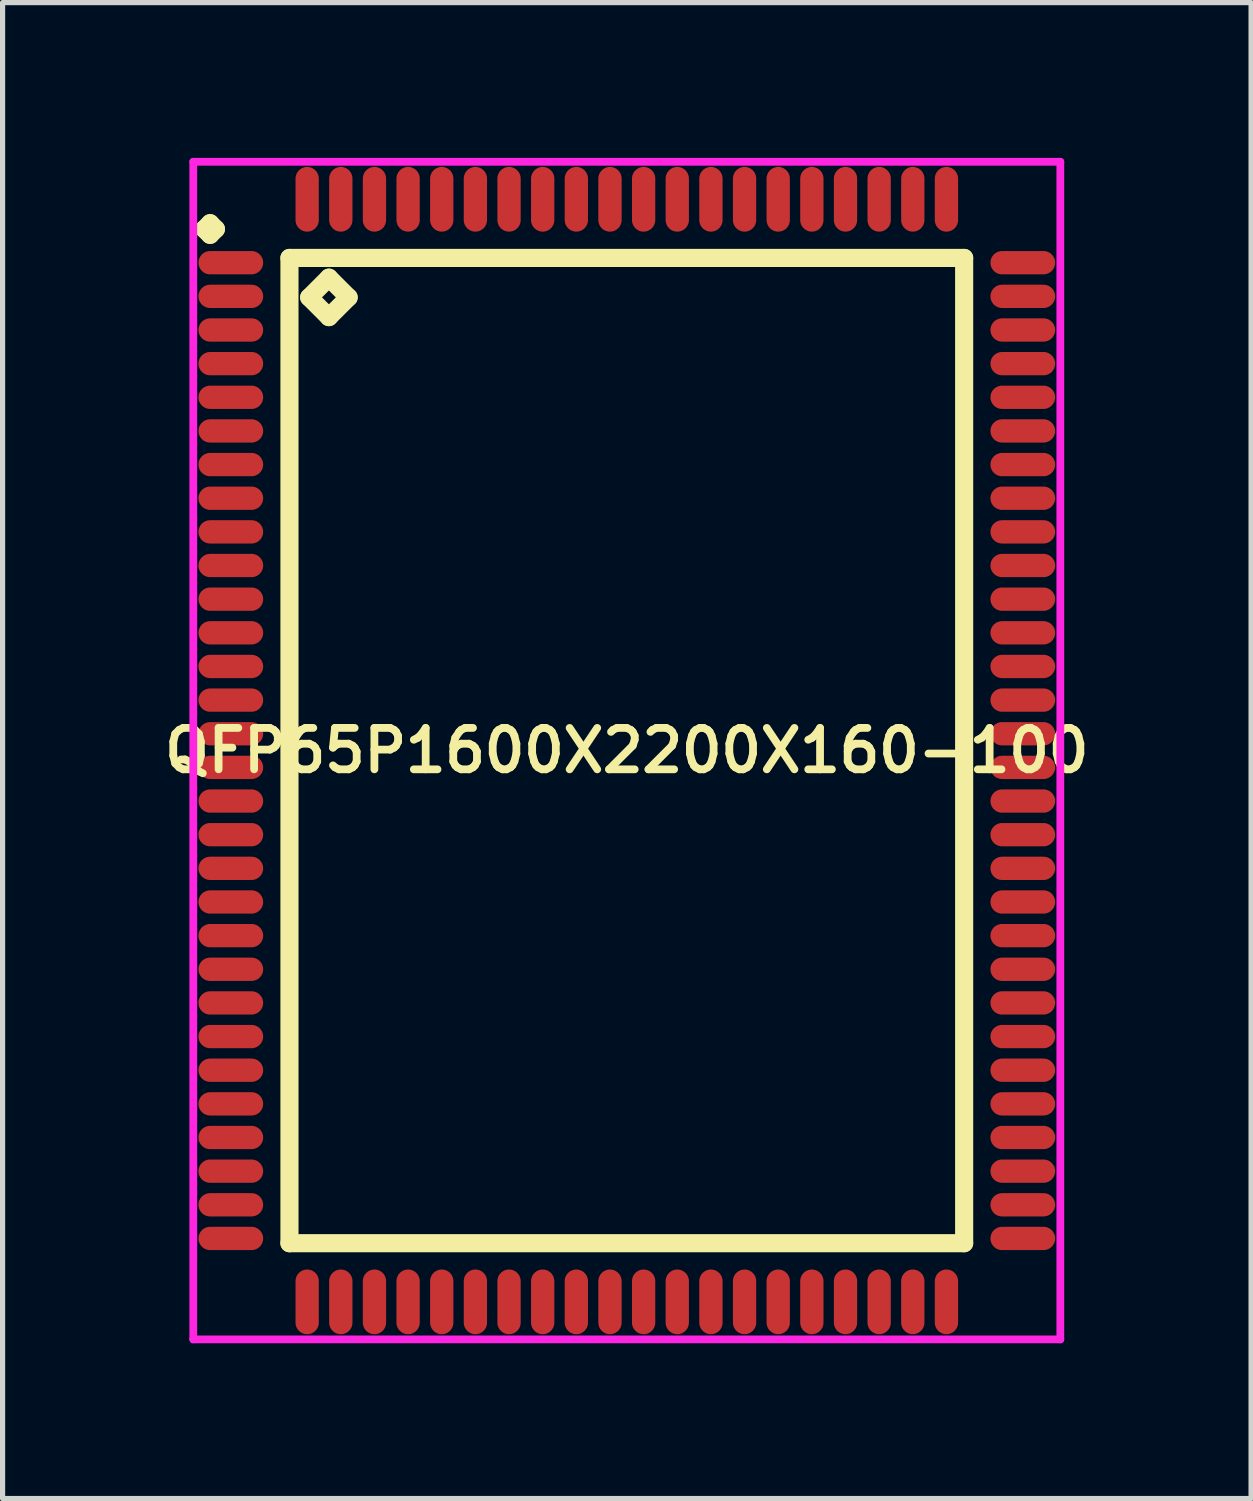
<source format=kicad_pcb>
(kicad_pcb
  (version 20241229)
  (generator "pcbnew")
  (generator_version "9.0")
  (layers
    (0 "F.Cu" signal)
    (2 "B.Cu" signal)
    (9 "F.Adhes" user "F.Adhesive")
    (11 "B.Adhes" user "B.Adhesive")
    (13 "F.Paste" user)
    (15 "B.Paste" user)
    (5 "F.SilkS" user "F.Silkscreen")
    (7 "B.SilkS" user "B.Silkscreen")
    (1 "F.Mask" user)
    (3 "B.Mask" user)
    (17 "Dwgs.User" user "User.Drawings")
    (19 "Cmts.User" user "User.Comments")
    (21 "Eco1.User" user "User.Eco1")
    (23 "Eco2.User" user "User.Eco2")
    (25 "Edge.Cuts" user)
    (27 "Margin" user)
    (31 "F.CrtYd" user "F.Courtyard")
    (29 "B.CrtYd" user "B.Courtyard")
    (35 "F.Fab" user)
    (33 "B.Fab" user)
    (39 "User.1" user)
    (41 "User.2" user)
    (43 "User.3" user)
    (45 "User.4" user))
  (footprint "QFP65P1600X2200X160-100"
    (layer "F.Cu")
    (at 9.059 11.45)
    (property "Reference" "QFP65P1600X2200X160-100" (at 0 0 0) (layer "F.SilkS") (effects (font (size 0.8 0.8) (thickness 0.15))))
    (attr smd)
    (fp_line (start -8.162 -10.075) (end -8.05 -10.188) (stroke (width 0.35) (type solid)) (layer "F.SilkS"))
    (fp_line (start -8.05 -10.188) (end -7.938 -10.075) (stroke (width 0.35) (type solid)) (layer "F.SilkS"))
    (fp_line (start -8.05 -9.963) (end -8.162 -10.075) (stroke (width 0.35) (type solid)) (layer "F.SilkS"))
    (fp_line (start -7.938 -10.075) (end -8.05 -9.963) (stroke (width 0.35) (type solid)) (layer "F.SilkS"))
    (fp_line (start -6.517 -9.517) (end -6.517 9.517) (stroke (width 0.35) (type solid)) (layer "F.SilkS"))
    (fp_line (start -6.517 9.517) (end 6.517 9.517) (stroke (width 0.35) (type solid)) (layer "F.SilkS"))
    (fp_line (start -6.136 -8.755) (end -5.755 -9.136) (stroke (width 0.35) (type solid)) (layer "F.SilkS"))
    (fp_line (start -5.755 -9.136) (end -5.374 -8.755) (stroke (width 0.35) (type solid)) (layer "F.SilkS"))
    (fp_line (start -5.755 -8.374) (end -6.136 -8.755) (stroke (width 0.35) (type solid)) (layer "F.SilkS"))
    (fp_line (start -5.374 -8.755) (end -5.755 -8.374) (stroke (width 0.35) (type solid)) (layer "F.SilkS"))
    (fp_line (start 6.517 -9.517) (end -6.517 -9.517) (stroke (width 0.35) (type solid)) (layer "F.SilkS"))
    (fp_line (start 6.517 9.517) (end 6.517 -9.517) (stroke (width 0.35) (type solid)) (layer "F.SilkS"))
    (fp_line (start -8.375 -11.375) (end 8.375 -11.375) (stroke (width 0.15) (type solid)) (layer "F.CrtYd"))
    (fp_line (start -8.375 11.375) (end -8.375 -11.375) (stroke (width 0.15) (type solid)) (layer "F.CrtYd"))
    (fp_line (start 8.375 -11.375) (end 8.375 11.375) (stroke (width 0.15) (type solid)) (layer "F.CrtYd"))
    (fp_line (start 8.375 11.375) (end -8.375 11.375) (stroke (width 0.15) (type solid)) (layer "F.CrtYd"))
    (pad "1" smd oval (at -7.65 -9.425) (size 1.25 0.45) (layers "F.Cu" "F.Mask" "F.Paste"))
    (pad "2" smd oval (at -7.65 -8.775) (size 1.25 0.45) (layers "F.Cu" "F.Mask" "F.Paste"))
    (pad "3" smd oval (at -7.65 -8.125) (size 1.25 0.45) (layers "F.Cu" "F.Mask" "F.Paste"))
    (pad "4" smd oval (at -7.65 -7.475) (size 1.25 0.45) (layers "F.Cu" "F.Mask" "F.Paste"))
    (pad "5" smd oval (at -7.65 -6.825) (size 1.25 0.45) (layers "F.Cu" "F.Mask" "F.Paste"))
    (pad "6" smd oval (at -7.65 -6.175) (size 1.25 0.45) (layers "F.Cu" "F.Mask" "F.Paste"))
    (pad "7" smd oval (at -7.65 -5.525) (size 1.25 0.45) (layers "F.Cu" "F.Mask" "F.Paste"))
    (pad "8" smd oval (at -7.65 -4.875) (size 1.25 0.45) (layers "F.Cu" "F.Mask" "F.Paste"))
    (pad "9" smd oval (at -7.65 -4.225) (size 1.25 0.45) (layers "F.Cu" "F.Mask" "F.Paste"))
    (pad "10" smd oval (at -7.65 -3.575) (size 1.25 0.45) (layers "F.Cu" "F.Mask" "F.Paste"))
    (pad "11" smd oval (at -7.65 -2.925) (size 1.25 0.45) (layers "F.Cu" "F.Mask" "F.Paste"))
    (pad "12" smd oval (at -7.65 -2.275) (size 1.25 0.45) (layers "F.Cu" "F.Mask" "F.Paste"))
    (pad "13" smd oval (at -7.65 -1.625) (size 1.25 0.45) (layers "F.Cu" "F.Mask" "F.Paste"))
    (pad "14" smd oval (at -7.65 -0.975) (size 1.25 0.45) (layers "F.Cu" "F.Mask" "F.Paste"))
    (pad "15" smd oval (at -7.65 -0.325) (size 1.25 0.45) (layers "F.Cu" "F.Mask" "F.Paste"))
    (pad "16" smd oval (at -7.65 0.325) (size 1.25 0.45) (layers "F.Cu" "F.Mask" "F.Paste"))
    (pad "17" smd oval (at -7.65 0.975) (size 1.25 0.45) (layers "F.Cu" "F.Mask" "F.Paste"))
    (pad "18" smd oval (at -7.65 1.625) (size 1.25 0.45) (layers "F.Cu" "F.Mask" "F.Paste"))
    (pad "19" smd oval (at -7.65 2.275) (size 1.25 0.45) (layers "F.Cu" "F.Mask" "F.Paste"))
    (pad "20" smd oval (at -7.65 2.925) (size 1.25 0.45) (layers "F.Cu" "F.Mask" "F.Paste"))
    (pad "21" smd oval (at -7.65 3.575) (size 1.25 0.45) (layers "F.Cu" "F.Mask" "F.Paste"))
    (pad "22" smd oval (at -7.65 4.225) (size 1.25 0.45) (layers "F.Cu" "F.Mask" "F.Paste"))
    (pad "23" smd oval (at -7.65 4.875) (size 1.25 0.45) (layers "F.Cu" "F.Mask" "F.Paste"))
    (pad "24" smd oval (at -7.65 5.525) (size 1.25 0.45) (layers "F.Cu" "F.Mask" "F.Paste"))
    (pad "25" smd oval (at -7.65 6.175) (size 1.25 0.45) (layers "F.Cu" "F.Mask" "F.Paste"))
    (pad "26" smd oval (at -7.65 6.825) (size 1.25 0.45) (layers "F.Cu" "F.Mask" "F.Paste"))
    (pad "27" smd oval (at -7.65 7.475) (size 1.25 0.45) (layers "F.Cu" "F.Mask" "F.Paste"))
    (pad "28" smd oval (at -7.65 8.125) (size 1.25 0.45) (layers "F.Cu" "F.Mask" "F.Paste"))
    (pad "29" smd oval (at -7.65 8.775) (size 1.25 0.45) (layers "F.Cu" "F.Mask" "F.Paste"))
    (pad "30" smd oval (at -7.65 9.425) (size 1.25 0.45) (layers "F.Cu" "F.Mask" "F.Paste"))
    (pad "31" smd oval (at -6.175 10.65) (size 0.45 1.25) (layers "F.Cu" "F.Mask" "F.Paste"))
    (pad "32" smd oval (at -5.525 10.65) (size 0.45 1.25) (layers "F.Cu" "F.Mask" "F.Paste"))
    (pad "33" smd oval (at -4.875 10.65) (size 0.45 1.25) (layers "F.Cu" "F.Mask" "F.Paste"))
    (pad "34" smd oval (at -4.225 10.65) (size 0.45 1.25) (layers "F.Cu" "F.Mask" "F.Paste"))
    (pad "35" smd oval (at -3.575 10.65) (size 0.45 1.25) (layers "F.Cu" "F.Mask" "F.Paste"))
    (pad "36" smd oval (at -2.925 10.65) (size 0.45 1.25) (layers "F.Cu" "F.Mask" "F.Paste"))
    (pad "37" smd oval (at -2.275 10.65) (size 0.45 1.25) (layers "F.Cu" "F.Mask" "F.Paste"))
    (pad "38" smd oval (at -1.625 10.65) (size 0.45 1.25) (layers "F.Cu" "F.Mask" "F.Paste"))
    (pad "39" smd oval (at -0.975 10.65) (size 0.45 1.25) (layers "F.Cu" "F.Mask" "F.Paste"))
    (pad "40" smd oval (at -0.325 10.65) (size 0.45 1.25) (layers "F.Cu" "F.Mask" "F.Paste"))
    (pad "41" smd oval (at 0.325 10.65) (size 0.45 1.25) (layers "F.Cu" "F.Mask" "F.Paste"))
    (pad "42" smd oval (at 0.975 10.65) (size 0.45 1.25) (layers "F.Cu" "F.Mask" "F.Paste"))
    (pad "43" smd oval (at 1.625 10.65) (size 0.45 1.25) (layers "F.Cu" "F.Mask" "F.Paste"))
    (pad "44" smd oval (at 2.275 10.65) (size 0.45 1.25) (layers "F.Cu" "F.Mask" "F.Paste"))
    (pad "45" smd oval (at 2.925 10.65) (size 0.45 1.25) (layers "F.Cu" "F.Mask" "F.Paste"))
    (pad "46" smd oval (at 3.575 10.65) (size 0.45 1.25) (layers "F.Cu" "F.Mask" "F.Paste"))
    (pad "47" smd oval (at 4.225 10.65) (size 0.45 1.25) (layers "F.Cu" "F.Mask" "F.Paste"))
    (pad "48" smd oval (at 4.875 10.65) (size 0.45 1.25) (layers "F.Cu" "F.Mask" "F.Paste"))
    (pad "49" smd oval (at 5.525 10.65) (size 0.45 1.25) (layers "F.Cu" "F.Mask" "F.Paste"))
    (pad "50" smd oval (at 6.175 10.65) (size 0.45 1.25) (layers "F.Cu" "F.Mask" "F.Paste"))
    (pad "51" smd oval (at 7.65 9.425) (size 1.25 0.45) (layers "F.Cu" "F.Mask" "F.Paste"))
    (pad "52" smd oval (at 7.65 8.775) (size 1.25 0.45) (layers "F.Cu" "F.Mask" "F.Paste"))
    (pad "53" smd oval (at 7.65 8.125) (size 1.25 0.45) (layers "F.Cu" "F.Mask" "F.Paste"))
    (pad "54" smd oval (at 7.65 7.475) (size 1.25 0.45) (layers "F.Cu" "F.Mask" "F.Paste"))
    (pad "55" smd oval (at 7.65 6.825) (size 1.25 0.45) (layers "F.Cu" "F.Mask" "F.Paste"))
    (pad "56" smd oval (at 7.65 6.175) (size 1.25 0.45) (layers "F.Cu" "F.Mask" "F.Paste"))
    (pad "57" smd oval (at 7.65 5.525) (size 1.25 0.45) (layers "F.Cu" "F.Mask" "F.Paste"))
    (pad "58" smd oval (at 7.65 4.875) (size 1.25 0.45) (layers "F.Cu" "F.Mask" "F.Paste"))
    (pad "59" smd oval (at 7.65 4.225) (size 1.25 0.45) (layers "F.Cu" "F.Mask" "F.Paste"))
    (pad "60" smd oval (at 7.65 3.575) (size 1.25 0.45) (layers "F.Cu" "F.Mask" "F.Paste"))
    (pad "61" smd oval (at 7.65 2.925) (size 1.25 0.45) (layers "F.Cu" "F.Mask" "F.Paste"))
    (pad "62" smd oval (at 7.65 2.275) (size 1.25 0.45) (layers "F.Cu" "F.Mask" "F.Paste"))
    (pad "63" smd oval (at 7.65 1.625) (size 1.25 0.45) (layers "F.Cu" "F.Mask" "F.Paste"))
    (pad "64" smd oval (at 7.65 0.975) (size 1.25 0.45) (layers "F.Cu" "F.Mask" "F.Paste"))
    (pad "65" smd oval (at 7.65 0.325) (size 1.25 0.45) (layers "F.Cu" "F.Mask" "F.Paste"))
    (pad "66" smd oval (at 7.65 -0.325) (size 1.25 0.45) (layers "F.Cu" "F.Mask" "F.Paste"))
    (pad "67" smd oval (at 7.65 -0.975) (size 1.25 0.45) (layers "F.Cu" "F.Mask" "F.Paste"))
    (pad "68" smd oval (at 7.65 -1.625) (size 1.25 0.45) (layers "F.Cu" "F.Mask" "F.Paste"))
    (pad "69" smd oval (at 7.65 -2.275) (size 1.25 0.45) (layers "F.Cu" "F.Mask" "F.Paste"))
    (pad "70" smd oval (at 7.65 -2.925) (size 1.25 0.45) (layers "F.Cu" "F.Mask" "F.Paste"))
    (pad "71" smd oval (at 7.65 -3.575) (size 1.25 0.45) (layers "F.Cu" "F.Mask" "F.Paste"))
    (pad "72" smd oval (at 7.65 -4.225) (size 1.25 0.45) (layers "F.Cu" "F.Mask" "F.Paste"))
    (pad "73" smd oval (at 7.65 -4.875) (size 1.25 0.45) (layers "F.Cu" "F.Mask" "F.Paste"))
    (pad "74" smd oval (at 7.65 -5.525) (size 1.25 0.45) (layers "F.Cu" "F.Mask" "F.Paste"))
    (pad "75" smd oval (at 7.65 -6.175) (size 1.25 0.45) (layers "F.Cu" "F.Mask" "F.Paste"))
    (pad "76" smd oval (at 7.65 -6.825) (size 1.25 0.45) (layers "F.Cu" "F.Mask" "F.Paste"))
    (pad "77" smd oval (at 7.65 -7.475) (size 1.25 0.45) (layers "F.Cu" "F.Mask" "F.Paste"))
    (pad "78" smd oval (at 7.65 -8.125) (size 1.25 0.45) (layers "F.Cu" "F.Mask" "F.Paste"))
    (pad "79" smd oval (at 7.65 -8.775) (size 1.25 0.45) (layers "F.Cu" "F.Mask" "F.Paste"))
    (pad "80" smd oval (at 7.65 -9.425) (size 1.25 0.45) (layers "F.Cu" "F.Mask" "F.Paste"))
    (pad "81" smd oval (at 6.175 -10.65) (size 0.45 1.25) (layers "F.Cu" "F.Mask" "F.Paste"))
    (pad "82" smd oval (at 5.525 -10.65) (size 0.45 1.25) (layers "F.Cu" "F.Mask" "F.Paste"))
    (pad "83" smd oval (at 4.875 -10.65) (size 0.45 1.25) (layers "F.Cu" "F.Mask" "F.Paste"))
    (pad "84" smd oval (at 4.225 -10.65) (size 0.45 1.25) (layers "F.Cu" "F.Mask" "F.Paste"))
    (pad "85" smd oval (at 3.575 -10.65) (size 0.45 1.25) (layers "F.Cu" "F.Mask" "F.Paste"))
    (pad "86" smd oval (at 2.925 -10.65) (size 0.45 1.25) (layers "F.Cu" "F.Mask" "F.Paste"))
    (pad "87" smd oval (at 2.275 -10.65) (size 0.45 1.25) (layers "F.Cu" "F.Mask" "F.Paste"))
    (pad "88" smd oval (at 1.625 -10.65) (size 0.45 1.25) (layers "F.Cu" "F.Mask" "F.Paste"))
    (pad "89" smd oval (at 0.975 -10.65) (size 0.45 1.25) (layers "F.Cu" "F.Mask" "F.Paste"))
    (pad "90" smd oval (at 0.325 -10.65) (size 0.45 1.25) (layers "F.Cu" "F.Mask" "F.Paste"))
    (pad "91" smd oval (at -0.325 -10.65) (size 0.45 1.25) (layers "F.Cu" "F.Mask" "F.Paste"))
    (pad "92" smd oval (at -0.975 -10.65) (size 0.45 1.25) (layers "F.Cu" "F.Mask" "F.Paste"))
    (pad "93" smd oval (at -1.625 -10.65) (size 0.45 1.25) (layers "F.Cu" "F.Mask" "F.Paste"))
    (pad "94" smd oval (at -2.275 -10.65) (size 0.45 1.25) (layers "F.Cu" "F.Mask" "F.Paste"))
    (pad "95" smd oval (at -2.925 -10.65) (size 0.45 1.25) (layers "F.Cu" "F.Mask" "F.Paste"))
    (pad "96" smd oval (at -3.575 -10.65) (size 0.45 1.25) (layers "F.Cu" "F.Mask" "F.Paste"))
    (pad "97" smd oval (at -4.225 -10.65) (size 0.45 1.25) (layers "F.Cu" "F.Mask" "F.Paste"))
    (pad "98" smd oval (at -4.875 -10.65) (size 0.45 1.25) (layers "F.Cu" "F.Mask" "F.Paste"))
    (pad "99" smd oval (at -5.525 -10.65) (size 0.45 1.25) (layers "F.Cu" "F.Mask" "F.Paste"))
    (pad "100" smd oval (at -6.175 -10.65) (size 0.45 1.25) (layers "F.Cu" "F.Mask" "F.Paste")))
  (gr_rect
    (start -3 -3)
    (end 21.119 25.9)
    (stroke (width 0.1) (type default))
    (fill no)
    (layer "Edge.Cuts")))
</source>
